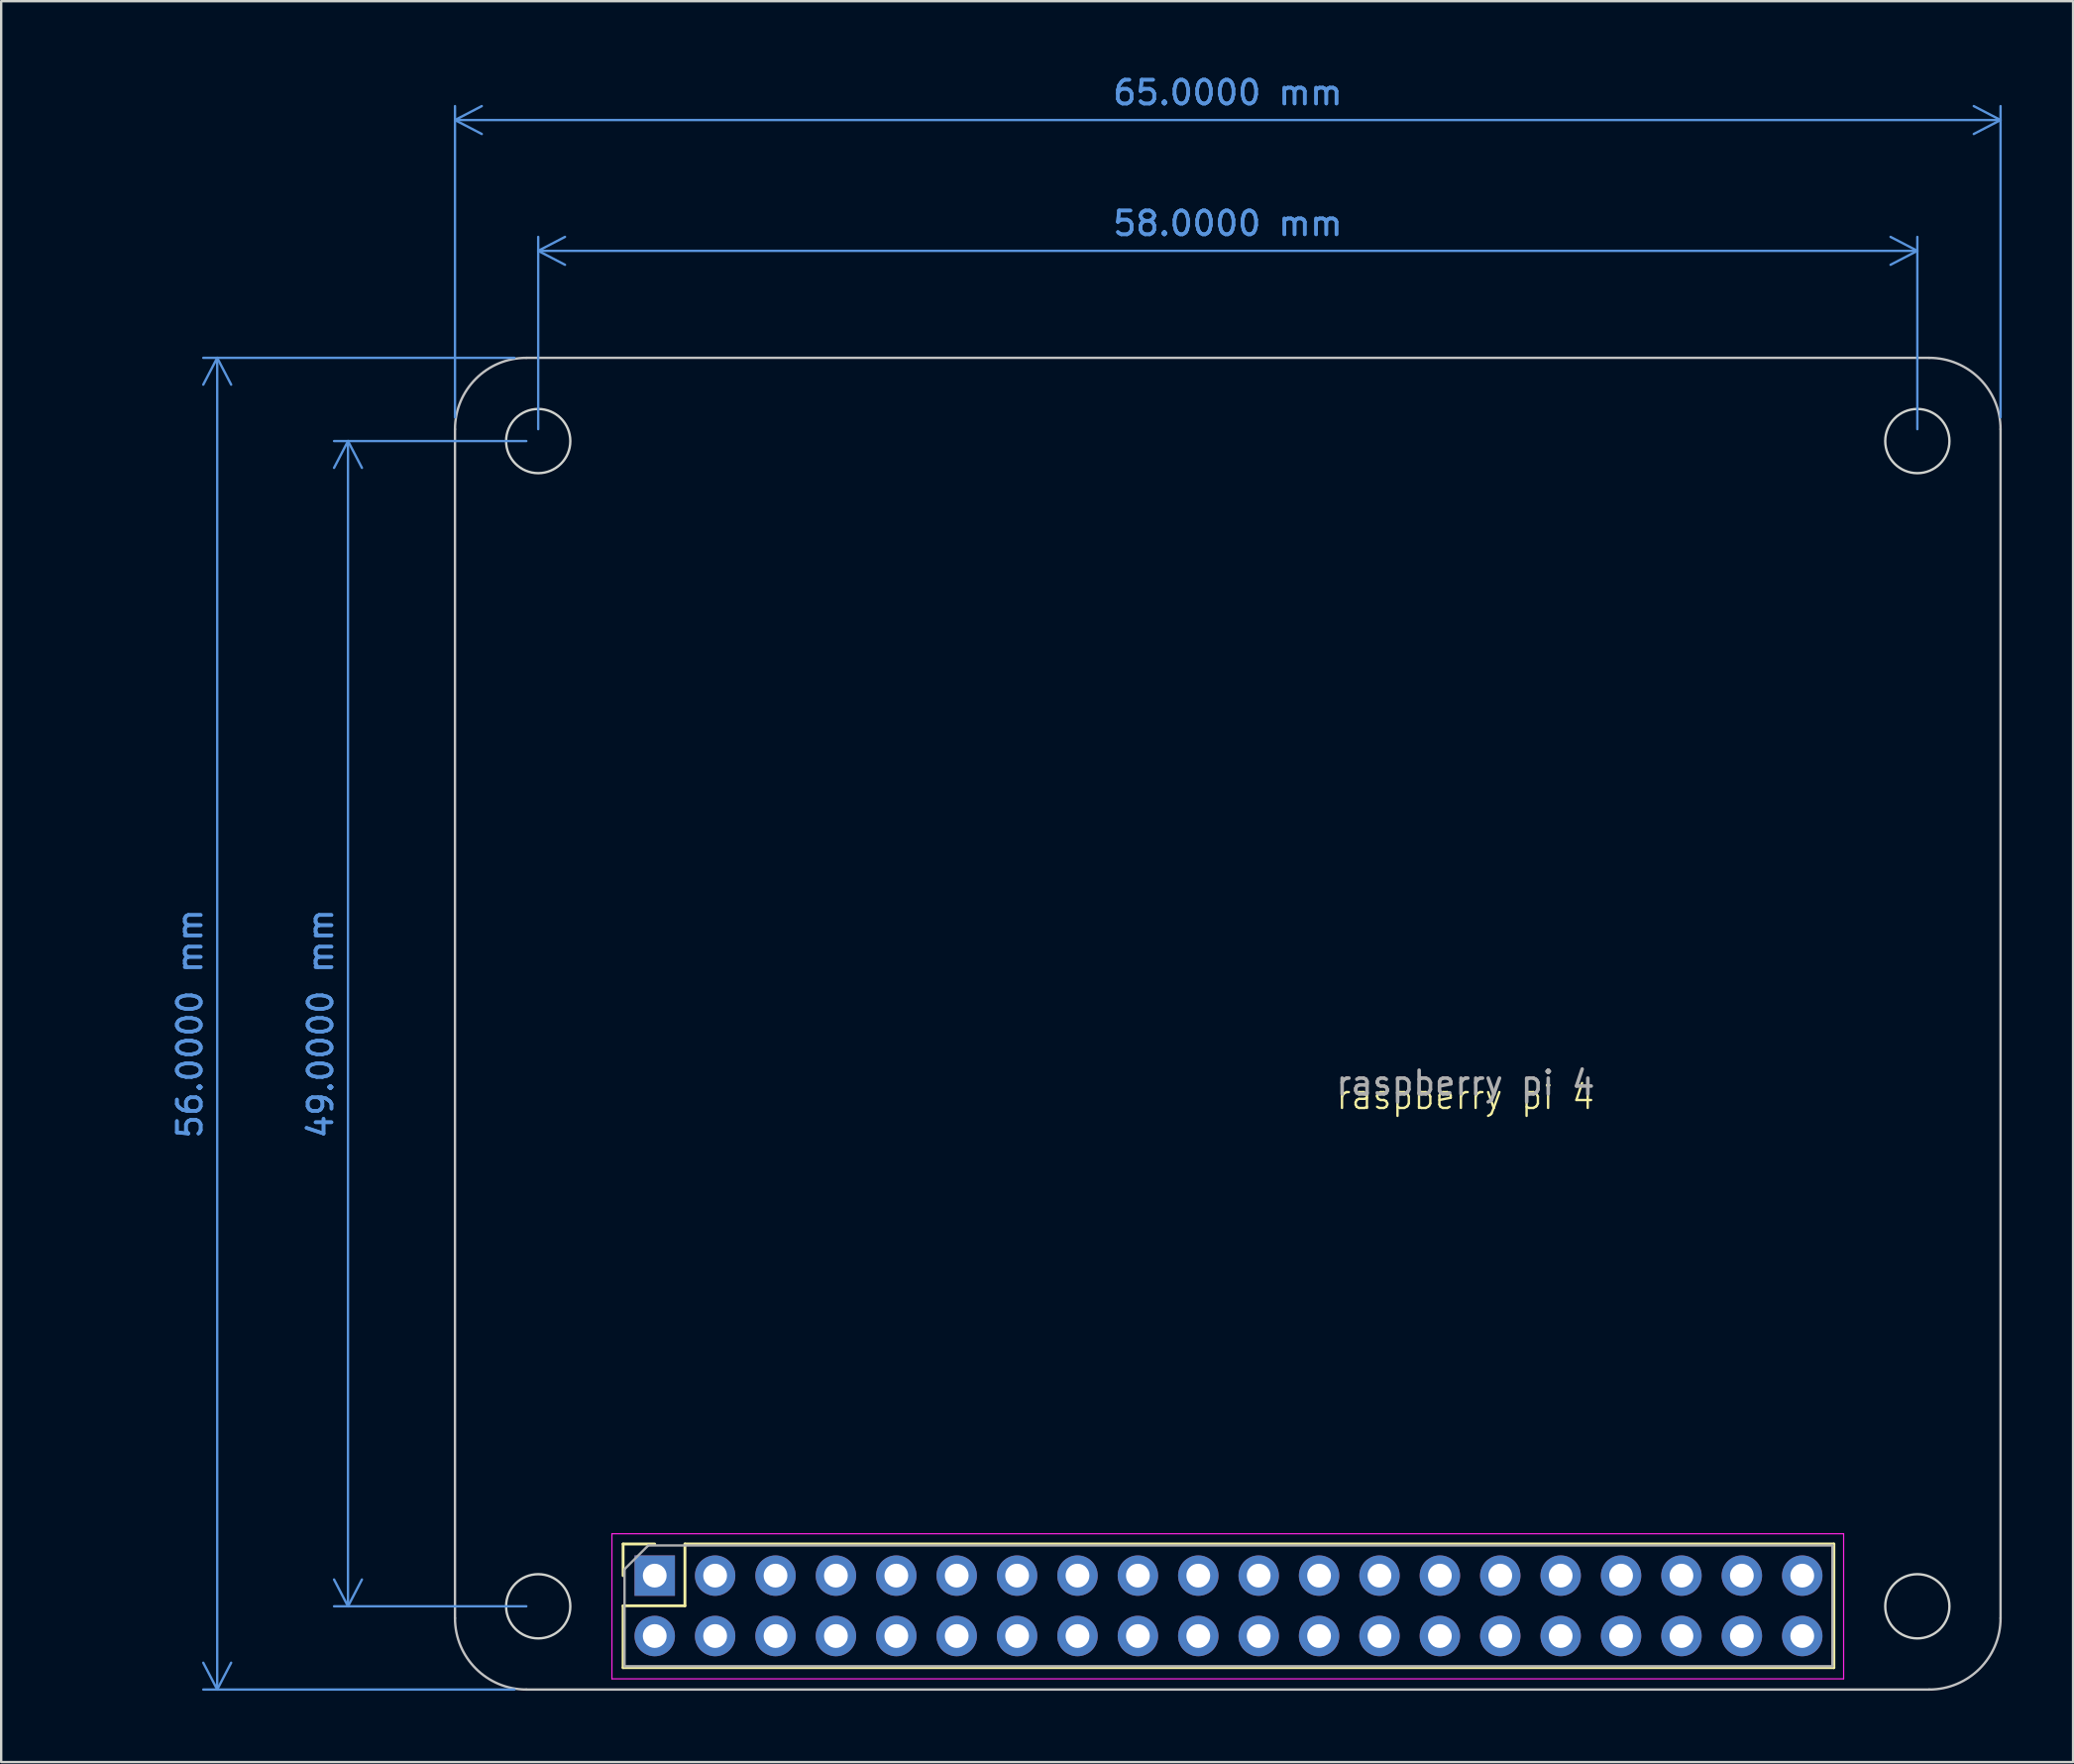
<source format=kicad_pcb>
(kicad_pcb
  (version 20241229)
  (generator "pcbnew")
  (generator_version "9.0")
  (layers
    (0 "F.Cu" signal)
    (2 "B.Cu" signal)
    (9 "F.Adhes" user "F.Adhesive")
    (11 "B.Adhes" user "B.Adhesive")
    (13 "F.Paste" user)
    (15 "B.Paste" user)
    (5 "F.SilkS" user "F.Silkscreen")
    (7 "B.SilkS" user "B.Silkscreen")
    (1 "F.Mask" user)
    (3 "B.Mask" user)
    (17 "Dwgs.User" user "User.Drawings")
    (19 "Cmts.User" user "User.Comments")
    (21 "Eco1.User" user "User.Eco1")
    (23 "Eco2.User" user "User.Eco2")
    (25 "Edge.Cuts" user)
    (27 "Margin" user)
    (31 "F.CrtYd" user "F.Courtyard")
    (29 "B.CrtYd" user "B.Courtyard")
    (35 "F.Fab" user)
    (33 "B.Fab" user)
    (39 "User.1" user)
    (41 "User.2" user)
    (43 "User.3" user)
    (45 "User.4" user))
  (footprint "raspberry pi 4"
    (layer "F.Cu")
    (at 58.585 39.998)
    (property "Reference" "raspberry pi 4" (at -0.005 3.085 0) (unlocked yes) (layer "F.SilkS") (effects (font (size 1 1) (thickness 0.1))))
    (attr through_hole)
    (fp_line (start -35.43 21.88) (end -34.1 21.88) (stroke (width 0.12) (type solid)) (layer "F.SilkS"))
    (fp_line (start -35.43 23.21) (end -35.43 21.88) (stroke (width 0.12) (type solid)) (layer "F.SilkS"))
    (fp_line (start -35.43 24.48) (end -32.83 24.48) (stroke (width 0.12) (type solid)) (layer "F.SilkS"))
    (fp_line (start -35.43 27.08) (end -35.43 24.48) (stroke (width 0.12) (type solid)) (layer "F.SilkS"))
    (fp_line (start -35.43 27.08) (end 15.49 27.08) (stroke (width 0.12) (type solid)) (layer "F.SilkS"))
    (fp_line (start -32.83 21.88) (end 15.49 21.88) (stroke (width 0.12) (type solid)) (layer "F.SilkS"))
    (fp_line (start -32.83 24.48) (end -32.83 21.88) (stroke (width 0.12) (type solid)) (layer "F.SilkS"))
    (fp_line (start 15.49 27.08) (end 15.49 21.88) (stroke (width 0.12) (type solid)) (layer "F.SilkS"))
    (fp_line (start -42.5 -25) (end -42.5 25) (stroke (width 0.1) (type default)) (layer "Dwgs.User"))
    (fp_line (start -39.5 -28) (end 19.5 -28) (stroke (width 0.1) (type default)) (layer "Dwgs.User"))
    (fp_line (start -39.5 28) (end 19.5 28) (stroke (width 0.1) (type default)) (layer "Dwgs.User"))
    (fp_line (start 22.5 -25) (end 22.5 25) (stroke (width 0.1) (type default)) (layer "Dwgs.User"))
    (fp_arc (start -42.5 -25) (mid -41.62132 -27.12132) (end -39.5 -28) (stroke (width 0.1) (type default)) (layer "Dwgs.User"))
    (fp_arc (start -39.5 28) (mid -41.62132 27.12132) (end -42.5 25) (stroke (width 0.1) (type default)) (layer "Dwgs.User"))
    (fp_arc (start 19.5 -28) (mid 21.62132 -27.12132) (end 22.5 -25) (stroke (width 0.1) (type default)) (layer "Dwgs.User"))
    (fp_arc (start 22.5 25) (mid 21.62132 27.12132) (end 19.5 28) (stroke (width 0.1) (type default)) (layer "Dwgs.User"))
    (fp_circle (center -39 -24.5) (end -37.65 -24.5) (stroke (width 0.1) (type default)) (fill no) (layer "Edge.Cuts"))
    (fp_circle (center -39 24.5) (end -37.65 24.5) (stroke (width 0.1) (type default)) (fill no) (layer "Edge.Cuts"))
    (fp_circle (center 19 -24.5) (end 20.35 -24.5) (stroke (width 0.1) (type default)) (fill no) (layer "Edge.Cuts"))
    (fp_circle (center 19 24.5) (end 20.35 24.5) (stroke (width 0.1) (type default)) (fill no) (layer "Edge.Cuts"))
    (fp_line (start -35.9 21.45) (end 15.9 21.45) (stroke (width 0.05) (type solid)) (layer "F.CrtYd"))
    (fp_line (start -35.9 27.55) (end -35.9 21.45) (stroke (width 0.05) (type solid)) (layer "F.CrtYd"))
    (fp_line (start 15.9 21.45) (end 15.9 27.55) (stroke (width 0.05) (type solid)) (layer "F.CrtYd"))
    (fp_line (start 15.9 27.55) (end -35.9 27.55) (stroke (width 0.05) (type solid)) (layer "F.CrtYd"))
    (fp_line (start -35.37 22.94) (end -34.37 21.94) (stroke (width 0.1) (type solid)) (layer "F.Fab"))
    (fp_line (start -35.37 27.02) (end -35.37 22.94) (stroke (width 0.1) (type solid)) (layer "F.Fab"))
    (fp_line (start -34.37 21.94) (end 15.43 21.94) (stroke (width 0.1) (type solid)) (layer "F.Fab"))
    (fp_line (start 15.43 21.94) (end 15.43 27.02) (stroke (width 0.1) (type solid)) (layer "F.Fab"))
    (fp_line (start 15.43 27.02) (end -35.37 27.02) (stroke (width 0.1) (type solid)) (layer "F.Fab"))
    (fp_text user "${REFERENCE}" (at 0 2.5 0) (unlocked yes) (layer "F.Fab") (effects (font (size 1 1) (thickness 0.15))))
    (dimension (type aligned) (layer "Cmts.User") (pts (xy 19.585 15.498) (xy 19.585 64.498)) (height 8) (format (prefix "") (suffix "") (units 3) (units_format 1) (precision 4)) (style (thickness 0.1) (arrow_length 1.27) (text_position_mode 0) (arrow_direction outward) (extension_height 0.586) (extension_offset 0.5) (keep_text_aligned yes)) (gr_text "49.0000 mm" (at 10.435 39.998 90) (layer "Cmts.User") (effects (font (size 1 1) (thickness 0.15)))))
    (dimension (type aligned) (layer "Cmts.User") (pts (xy 16.085 14.998) (xy 81.085 14.998)) (height -13) (format (prefix "") (suffix "") (units 3) (units_format 1) (precision 4)) (style (thickness 0.1) (arrow_length 1.27) (text_position_mode 0) (arrow_direction outward) (extension_height 0.586) (extension_offset 0.5) (keep_text_aligned yes)) (gr_text "65.0000 mm" (at 48.585 0.848 0) (layer "Cmts.User") (effects (font (size 1 1) (thickness 0.15)))))
    (dimension (type aligned) (layer "Cmts.User") (pts (xy 19.085 11.998) (xy 19.085 67.998)) (height 13) (format (prefix "") (suffix "") (units 3) (units_format 1) (precision 4)) (style (thickness 0.1) (arrow_length 1.27) (text_position_mode 0) (arrow_direction outward) (extension_height 0.586) (extension_offset 0.5) (keep_text_aligned yes)) (gr_text "56.0000 mm" (at 4.935 39.998 90) (layer "Cmts.User") (effects (font (size 1 1) (thickness 0.15)))))
    (dimension (type aligned) (layer "Cmts.User") (pts (xy 19.585 15.498) (xy 77.585 15.498)) (height -8) (format (prefix "") (suffix "") (units 3) (units_format 1) (precision 4)) (style (thickness 0.1) (arrow_length 1.27) (text_position_mode 0) (arrow_direction outward) (extension_height 0.586) (extension_offset 0.5) (keep_text_aligned yes)) (gr_text "58.0000 mm" (at 48.585 6.348 0) (layer "Cmts.User") (effects (font (size 1 1) (thickness 0.15)))))
    (pad "1" thru_hole rect (at -34.1 23.21 90) (size 1.7 1.7) (drill 1) (layers "*.Cu" "*.Mask"))
    (pad "2" thru_hole oval (at -34.1 25.75 90) (size 1.7 1.7) (drill 1) (layers "*.Cu" "*.Mask"))
    (pad "3" thru_hole oval (at -31.56 23.21 90) (size 1.7 1.7) (drill 1) (layers "*.Cu" "*.Mask"))
    (pad "4" thru_hole oval (at -31.56 25.75 90) (size 1.7 1.7) (drill 1) (layers "*.Cu" "*.Mask"))
    (pad "5" thru_hole oval (at -29.02 23.21 90) (size 1.7 1.7) (drill 1) (layers "*.Cu" "*.Mask"))
    (pad "6" thru_hole oval (at -29.02 25.75 90) (size 1.7 1.7) (drill 1) (layers "*.Cu" "*.Mask"))
    (pad "7" thru_hole oval (at -26.48 23.21 90) (size 1.7 1.7) (drill 1) (layers "*.Cu" "*.Mask"))
    (pad "8" thru_hole oval (at -26.48 25.75 90) (size 1.7 1.7) (drill 1) (layers "*.Cu" "*.Mask"))
    (pad "9" thru_hole oval (at -23.94 23.21 90) (size 1.7 1.7) (drill 1) (layers "*.Cu" "*.Mask"))
    (pad "10" thru_hole oval (at -23.94 25.75 90) (size 1.7 1.7) (drill 1) (layers "*.Cu" "*.Mask"))
    (pad "11" thru_hole oval (at -21.4 23.21 90) (size 1.7 1.7) (drill 1) (layers "*.Cu" "*.Mask"))
    (pad "12" thru_hole oval (at -21.4 25.75 90) (size 1.7 1.7) (drill 1) (layers "*.Cu" "*.Mask"))
    (pad "13" thru_hole oval (at -18.86 23.21 90) (size 1.7 1.7) (drill 1) (layers "*.Cu" "*.Mask"))
    (pad "14" thru_hole oval (at -18.86 25.75 90) (size 1.7 1.7) (drill 1) (layers "*.Cu" "*.Mask"))
    (pad "15" thru_hole oval (at -16.32 23.21 90) (size 1.7 1.7) (drill 1) (layers "*.Cu" "*.Mask"))
    (pad "16" thru_hole oval (at -16.32 25.75 90) (size 1.7 1.7) (drill 1) (layers "*.Cu" "*.Mask"))
    (pad "17" thru_hole oval (at -13.78 23.21 90) (size 1.7 1.7) (drill 1) (layers "*.Cu" "*.Mask"))
    (pad "18" thru_hole oval (at -13.78 25.75 90) (size 1.7 1.7) (drill 1) (layers "*.Cu" "*.Mask"))
    (pad "19" thru_hole oval (at -11.24 23.21 90) (size 1.7 1.7) (drill 1) (layers "*.Cu" "*.Mask"))
    (pad "20" thru_hole oval (at -11.24 25.75 90) (size 1.7 1.7) (drill 1) (layers "*.Cu" "*.Mask"))
    (pad "21" thru_hole oval (at -8.7 23.21 90) (size 1.7 1.7) (drill 1) (layers "*.Cu" "*.Mask"))
    (pad "22" thru_hole oval (at -8.7 25.75 90) (size 1.7 1.7) (drill 1) (layers "*.Cu" "*.Mask"))
    (pad "23" thru_hole oval (at -6.16 23.21 90) (size 1.7 1.7) (drill 1) (layers "*.Cu" "*.Mask"))
    (pad "24" thru_hole oval (at -6.16 25.75 90) (size 1.7 1.7) (drill 1) (layers "*.Cu" "*.Mask"))
    (pad "25" thru_hole oval (at -3.62 23.21 90) (size 1.7 1.7) (drill 1) (layers "*.Cu" "*.Mask"))
    (pad "26" thru_hole oval (at -3.62 25.75 90) (size 1.7 1.7) (drill 1) (layers "*.Cu" "*.Mask"))
    (pad "27" thru_hole oval (at -1.08 23.21 90) (size 1.7 1.7) (drill 1) (layers "*.Cu" "*.Mask"))
    (pad "28" thru_hole oval (at -1.08 25.75 90) (size 1.7 1.7) (drill 1) (layers "*.Cu" "*.Mask"))
    (pad "29" thru_hole oval (at 1.46 23.21 90) (size 1.7 1.7) (drill 1) (layers "*.Cu" "*.Mask"))
    (pad "30" thru_hole oval (at 1.46 25.75 90) (size 1.7 1.7) (drill 1) (layers "*.Cu" "*.Mask"))
    (pad "31" thru_hole oval (at 4 23.21 90) (size 1.7 1.7) (drill 1) (layers "*.Cu" "*.Mask"))
    (pad "32" thru_hole oval (at 4 25.75 90) (size 1.7 1.7) (drill 1) (layers "*.Cu" "*.Mask"))
    (pad "33" thru_hole oval (at 6.54 23.21 90) (size 1.7 1.7) (drill 1) (layers "*.Cu" "*.Mask"))
    (pad "34" thru_hole oval (at 6.54 25.75 90) (size 1.7 1.7) (drill 1) (layers "*.Cu" "*.Mask"))
    (pad "35" thru_hole oval (at 9.08 23.21 90) (size 1.7 1.7) (drill 1) (layers "*.Cu" "*.Mask"))
    (pad "36" thru_hole oval (at 9.08 25.75 90) (size 1.7 1.7) (drill 1) (layers "*.Cu" "*.Mask"))
    (pad "37" thru_hole oval (at 11.62 23.21 90) (size 1.7 1.7) (drill 1) (layers "*.Cu" "*.Mask"))
    (pad "38" thru_hole oval (at 11.62 25.75 90) (size 1.7 1.7) (drill 1) (layers "*.Cu" "*.Mask"))
    (pad "39" thru_hole oval (at 14.16 23.21 90) (size 1.7 1.7) (drill 1) (layers "*.Cu" "*.Mask"))
    (pad "40" thru_hole oval (at 14.16 25.75 90) (size 1.7 1.7) (drill 1) (layers "*.Cu" "*.Mask")))
  (gr_rect
    (start -3 -3)
    (end 84.135 71.048)
    (stroke (width 0.1) (type default))
    (fill no)
    (layer "Edge.Cuts")))
</source>
